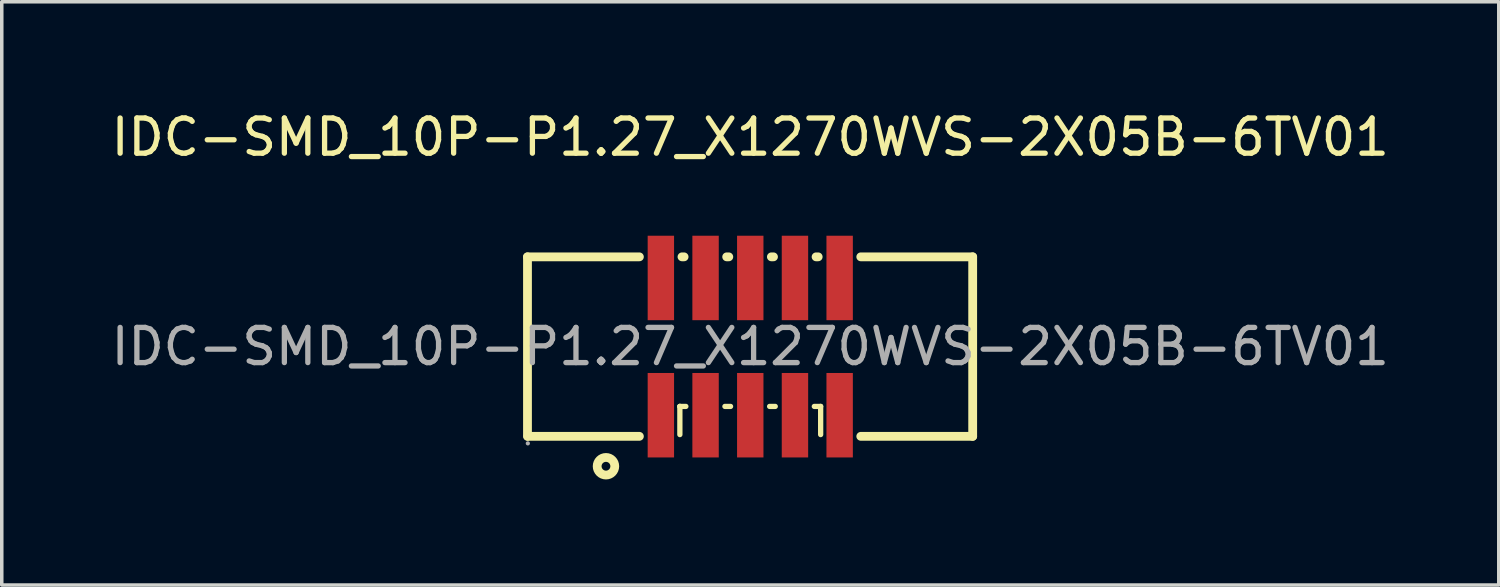
<source format=kicad_pcb>
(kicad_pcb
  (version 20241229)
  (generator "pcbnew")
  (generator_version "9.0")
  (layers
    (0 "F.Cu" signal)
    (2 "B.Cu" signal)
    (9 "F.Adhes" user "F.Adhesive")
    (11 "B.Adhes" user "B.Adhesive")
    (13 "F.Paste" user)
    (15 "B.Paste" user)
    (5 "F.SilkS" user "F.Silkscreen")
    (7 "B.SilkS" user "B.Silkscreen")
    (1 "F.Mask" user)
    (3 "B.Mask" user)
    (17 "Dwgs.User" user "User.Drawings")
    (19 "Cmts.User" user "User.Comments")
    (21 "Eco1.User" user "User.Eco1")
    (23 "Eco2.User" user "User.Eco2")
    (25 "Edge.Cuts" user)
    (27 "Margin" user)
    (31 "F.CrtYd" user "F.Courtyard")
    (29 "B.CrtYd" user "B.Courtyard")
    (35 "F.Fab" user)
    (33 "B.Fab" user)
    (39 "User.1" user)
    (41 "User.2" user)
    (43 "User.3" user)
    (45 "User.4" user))
  (footprint "IDC-SMD_10P-P1.27_X1270WVS-2X05B-6TV01"
    (layer "F.Cu")
    (at 18.268 6.798)
    (property "Reference" "IDC-SMD_10P-P1.27_X1270WVS-2X05B-6TV01" (at 0 -5.95 0) (layer "F.SilkS") (effects (font (size 1 1) (thickness 0.15))))
    (attr smd)
    (fp_line (start -6.33 -2.55) (end -3.15 -2.55) (stroke (width 0.25) (type solid)) (layer "F.SilkS"))
    (fp_line (start -6.33 2.55) (end -6.33 -2.55) (stroke (width 0.25) (type solid)) (layer "F.SilkS"))
    (fp_line (start -3.15 2.55) (end -6.32 2.55) (stroke (width 0.25) (type solid)) (layer "F.SilkS"))
    (fp_line (start -2 1.7) (end -2 1.7) (stroke (width 0.15) (type solid)) (layer "F.SilkS"))
    (fp_line (start -2 1.7) (end -1.83 1.7) (stroke (width 0.15) (type solid)) (layer "F.SilkS"))
    (fp_line (start -2 2.5) (end -2 1.7) (stroke (width 0.15) (type solid)) (layer "F.SilkS"))
    (fp_line (start -1.94 -2.55) (end -1.88 -2.55) (stroke (width 0.25) (type solid)) (layer "F.SilkS"))
    (fp_line (start -0.72 1.7) (end -0.56 1.7) (stroke (width 0.15) (type solid)) (layer "F.SilkS"))
    (fp_line (start -0.67 -2.55) (end -0.61 -2.55) (stroke (width 0.25) (type solid)) (layer "F.SilkS"))
    (fp_line (start 0.55 1.7) (end 0.71 1.7) (stroke (width 0.15) (type solid)) (layer "F.SilkS"))
    (fp_line (start 0.6 -2.55) (end 0.66 -2.55) (stroke (width 0.25) (type solid)) (layer "F.SilkS"))
    (fp_line (start 1.82 1.7) (end 2 1.7) (stroke (width 0.15) (type solid)) (layer "F.SilkS"))
    (fp_line (start 1.87 -2.55) (end 1.93 -2.55) (stroke (width 0.25) (type solid)) (layer "F.SilkS"))
    (fp_line (start 2 1.7) (end 2 2.5) (stroke (width 0.15) (type solid)) (layer "F.SilkS"))
    (fp_line (start 3.14 -2.55) (end 6.32 -2.55) (stroke (width 0.25) (type solid)) (layer "F.SilkS"))
    (fp_line (start 6.32 -2.55) (end 6.32 2.55) (stroke (width 0.25) (type solid)) (layer "F.SilkS"))
    (fp_line (start 6.32 2.55) (end 3.14 2.55) (stroke (width 0.25) (type solid)) (layer "F.SilkS"))
    (fp_circle (center -4.1 3.4) (end -3.85 3.4) (stroke (width 0.25) (type solid)) (fill no) (layer "F.SilkS"))
    (fp_circle (center -6.32 2.75) (end -6.29 2.75) (stroke (width 0.06) (type solid)) (fill no) (layer "F.Fab"))
    (fp_text user "${REFERENCE}" (at 0 0 0) (layer "F.Fab") (effects (font (size 1 1) (thickness 0.15))))
    (pad "1" smd rect (at -2.54 1.95) (size 0.75 2.4) (layers "F.Cu" "F.Mask" "F.Paste"))
    (pad "2" smd rect (at -2.54 -1.95) (size 0.75 2.4) (layers "F.Cu" "F.Mask" "F.Paste"))
    (pad "3" smd rect (at -1.27 1.95) (size 0.75 2.4) (layers "F.Cu" "F.Mask" "F.Paste"))
    (pad "4" smd rect (at -1.27 -1.95) (size 0.75 2.4) (layers "F.Cu" "F.Mask" "F.Paste"))
    (pad "5" smd rect (at 0 1.95) (size 0.75 2.4) (layers "F.Cu" "F.Mask" "F.Paste"))
    (pad "6" smd rect (at 0 -1.95) (size 0.75 2.4) (layers "F.Cu" "F.Mask" "F.Paste"))
    (pad "7" smd rect (at 1.27 1.95) (size 0.75 2.4) (layers "F.Cu" "F.Mask" "F.Paste"))
    (pad "8" smd rect (at 1.27 -1.95) (size 0.75 2.4) (layers "F.Cu" "F.Mask" "F.Paste"))
    (pad "9" smd rect (at 2.54 1.95) (size 0.75 2.4) (layers "F.Cu" "F.Mask" "F.Paste"))
    (pad "10" smd rect (at 2.54 -1.95) (size 0.75 2.4) (layers "F.Cu" "F.Mask" "F.Paste")))
  (gr_rect
    (start -3 -3)
    (end 39.536 13.573)
    (stroke (width 0.1) (type default))
    (fill no)
    (layer "Edge.Cuts")))
</source>
